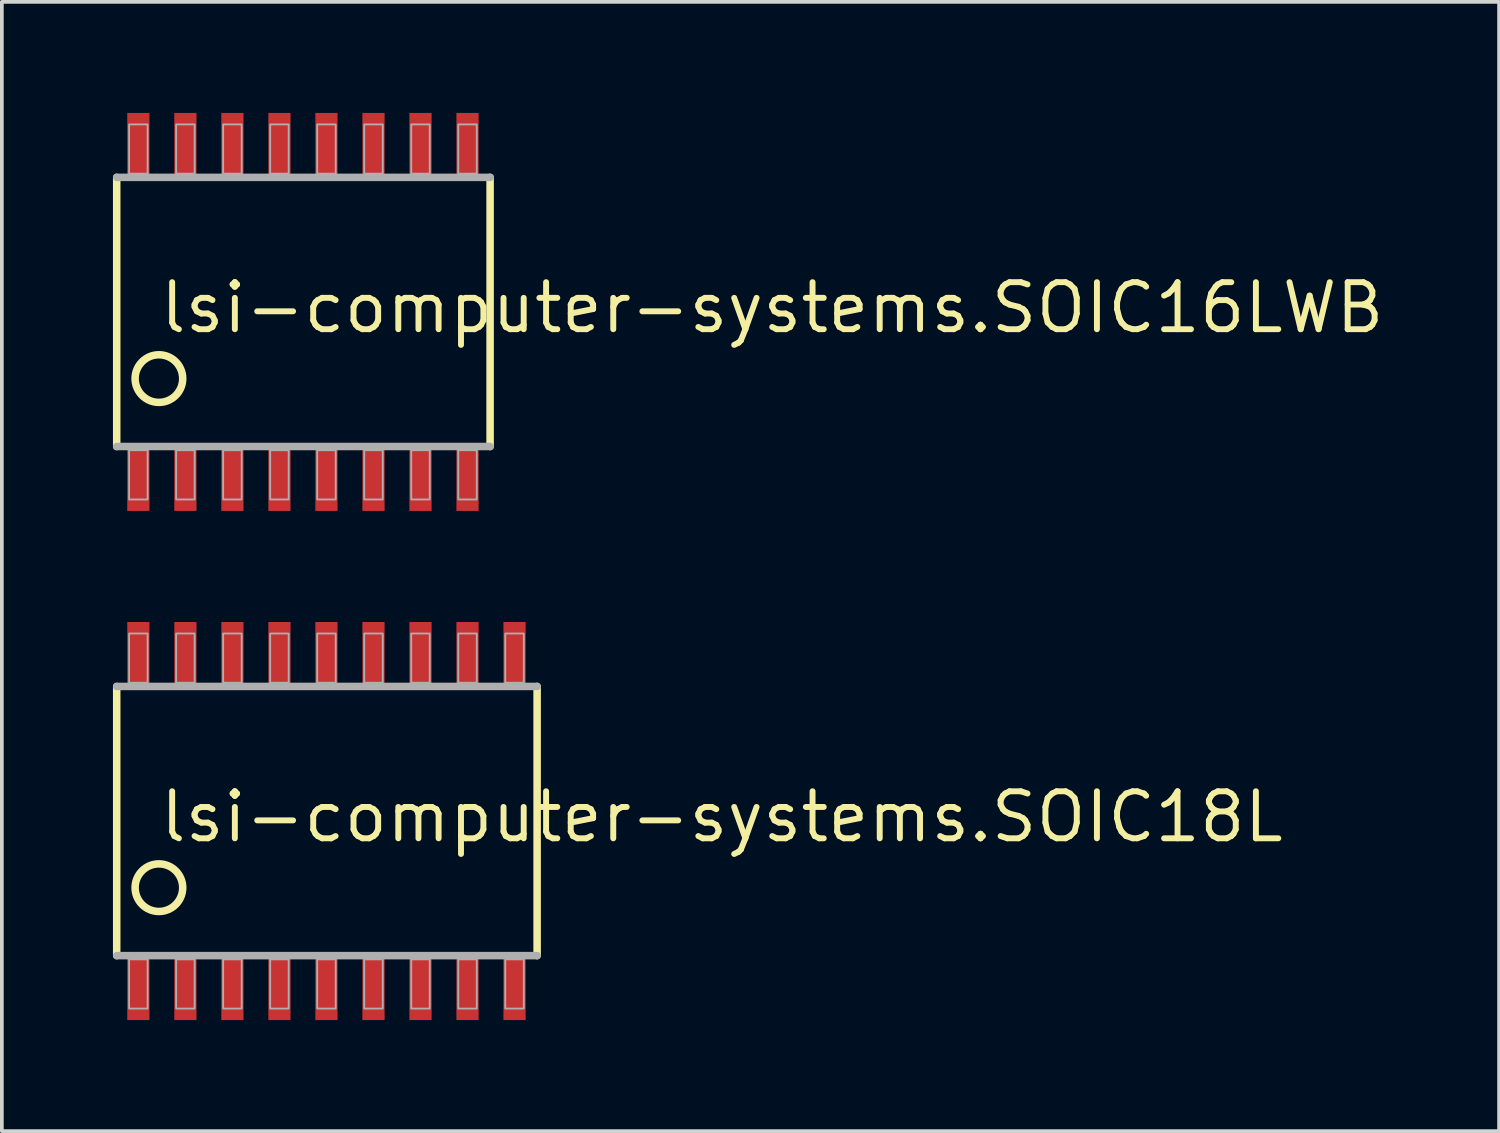
<source format=kicad_pcb>
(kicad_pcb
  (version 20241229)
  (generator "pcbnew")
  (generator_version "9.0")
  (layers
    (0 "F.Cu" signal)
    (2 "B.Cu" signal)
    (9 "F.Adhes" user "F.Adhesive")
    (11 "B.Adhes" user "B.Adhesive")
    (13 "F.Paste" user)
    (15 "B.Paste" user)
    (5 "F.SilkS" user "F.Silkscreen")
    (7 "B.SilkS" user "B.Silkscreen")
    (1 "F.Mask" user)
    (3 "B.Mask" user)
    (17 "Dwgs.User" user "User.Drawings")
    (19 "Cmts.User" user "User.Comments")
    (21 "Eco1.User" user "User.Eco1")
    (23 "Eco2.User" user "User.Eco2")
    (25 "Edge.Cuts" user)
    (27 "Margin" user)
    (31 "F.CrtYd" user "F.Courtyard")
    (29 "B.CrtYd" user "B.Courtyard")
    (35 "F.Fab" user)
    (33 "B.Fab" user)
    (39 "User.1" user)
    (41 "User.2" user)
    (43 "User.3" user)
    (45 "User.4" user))
  (footprint "lsi-computer-systems.SOIC16LWB"
    (layer "F.Cu")
    (at 5.132 5.375)
    (property "Reference" "lsi-computer-systems.SOIC16LWB" (at -3.94 0.63 0) (layer "F.SilkS") (effects (font (size 1.27 1.27) (thickness 0.16)) (justify left bottom)))
    (attr smd)
    (fp_line (start -5.03 3.635) (end -5.03 -3.635) (stroke (width 0.203) (type default)) (layer "F.SilkS"))
    (fp_line (start 5.055 -3.635) (end 5.055 3.635) (stroke (width 0.203) (type default)) (layer "F.SilkS"))
    (fp_circle (center -3.89 1.8) (end -3.247 1.8) (stroke (width 0.203) (type default)) (fill no) (layer "F.SilkS"))
    (fp_line (start -5.03 -3.635) (end 5.055 -3.635) (stroke (width 0.203) (type default)) (layer "F.Fab"))
    (fp_line (start 5.055 3.635) (end -5.03 3.635) (stroke (width 0.203) (type default)) (layer "F.Fab"))
    (fp_rect (start -4.695 -3.735) (end -4.195 -5.065) (stroke (width 0.05) (type default)) (fill no) (layer "F.Fab"))
    (fp_rect (start -4.695 5.065) (end -4.195 3.735) (stroke (width 0.05) (type default)) (fill no) (layer "F.Fab"))
    (fp_rect (start -3.425 -3.735) (end -2.925 -5.065) (stroke (width 0.05) (type default)) (fill no) (layer "F.Fab"))
    (fp_rect (start -3.425 5.065) (end -2.925 3.735) (stroke (width 0.05) (type default)) (fill no) (layer "F.Fab"))
    (fp_rect (start -2.155 -3.735) (end -1.655 -5.065) (stroke (width 0.05) (type default)) (fill no) (layer "F.Fab"))
    (fp_rect (start -2.155 5.065) (end -1.655 3.735) (stroke (width 0.05) (type default)) (fill no) (layer "F.Fab"))
    (fp_rect (start -0.885 -3.735) (end -0.385 -5.065) (stroke (width 0.05) (type default)) (fill no) (layer "F.Fab"))
    (fp_rect (start -0.885 5.065) (end -0.385 3.735) (stroke (width 0.05) (type default)) (fill no) (layer "F.Fab"))
    (fp_rect (start 0.385 -3.735) (end 0.885 -5.065) (stroke (width 0.05) (type default)) (fill no) (layer "F.Fab"))
    (fp_rect (start 0.385 5.065) (end 0.885 3.735) (stroke (width 0.05) (type default)) (fill no) (layer "F.Fab"))
    (fp_rect (start 1.655 -3.735) (end 2.155 -5.065) (stroke (width 0.05) (type default)) (fill no) (layer "F.Fab"))
    (fp_rect (start 1.655 5.065) (end 2.155 3.735) (stroke (width 0.05) (type default)) (fill no) (layer "F.Fab"))
    (fp_rect (start 2.925 -3.735) (end 3.425 -5.065) (stroke (width 0.05) (type default)) (fill no) (layer "F.Fab"))
    (fp_rect (start 2.925 5.065) (end 3.425 3.735) (stroke (width 0.05) (type default)) (fill no) (layer "F.Fab"))
    (fp_rect (start 4.195 -3.735) (end 4.695 -5.065) (stroke (width 0.05) (type default)) (fill no) (layer "F.Fab"))
    (fp_rect (start 4.195 5.065) (end 4.695 3.735) (stroke (width 0.05) (type default)) (fill no) (layer "F.Fab"))
    (pad "1" smd roundrect (at -4.445 4.475) (size 0.6 1.8) (layers "F.Cu" "F.Mask" "F.Paste") (roundrect_rratio 0.01))
    (pad "2" smd roundrect (at -3.175 4.475) (size 0.6 1.8) (layers "F.Cu" "F.Mask" "F.Paste") (roundrect_rratio 0.01))
    (pad "3" smd roundrect (at -1.905 4.475) (size 0.6 1.8) (layers "F.Cu" "F.Mask" "F.Paste") (roundrect_rratio 0.01))
    (pad "4" smd roundrect (at -0.635 4.475) (size 0.6 1.8) (layers "F.Cu" "F.Mask" "F.Paste") (roundrect_rratio 0.01))
    (pad "5" smd roundrect (at 0.635 4.475) (size 0.6 1.8) (layers "F.Cu" "F.Mask" "F.Paste") (roundrect_rratio 0.01))
    (pad "6" smd roundrect (at 1.905 4.475) (size 0.6 1.8) (layers "F.Cu" "F.Mask" "F.Paste") (roundrect_rratio 0.01))
    (pad "7" smd roundrect (at 3.175 4.475) (size 0.6 1.8) (layers "F.Cu" "F.Mask" "F.Paste") (roundrect_rratio 0.01))
    (pad "8" smd roundrect (at 4.445 4.475) (size 0.6 1.8) (layers "F.Cu" "F.Mask" "F.Paste") (roundrect_rratio 0.01))
    (pad "9" smd roundrect (at 4.445 -4.475 180) (size 0.6 1.8) (layers "F.Cu" "F.Mask" "F.Paste") (roundrect_rratio 0.01))
    (pad "10" smd roundrect (at 3.175 -4.475 180) (size 0.6 1.8) (layers "F.Cu" "F.Mask" "F.Paste") (roundrect_rratio 0.01))
    (pad "11" smd roundrect (at 1.905 -4.475 180) (size 0.6 1.8) (layers "F.Cu" "F.Mask" "F.Paste") (roundrect_rratio 0.01))
    (pad "12" smd roundrect (at 0.635 -4.475 180) (size 0.6 1.8) (layers "F.Cu" "F.Mask" "F.Paste") (roundrect_rratio 0.01))
    (pad "13" smd roundrect (at -0.635 -4.475 180) (size 0.6 1.8) (layers "F.Cu" "F.Mask" "F.Paste") (roundrect_rratio 0.01))
    (pad "14" smd roundrect (at -1.905 -4.475 180) (size 0.6 1.8) (layers "F.Cu" "F.Mask" "F.Paste") (roundrect_rratio 0.01))
    (pad "15" smd roundrect (at -3.175 -4.475) (size 0.6 1.8) (layers "F.Cu" "F.Mask" "F.Paste") (roundrect_rratio 0.01))
    (pad "16" smd roundrect (at -4.445 -4.475) (size 0.6 1.8) (layers "F.Cu" "F.Mask" "F.Paste") (roundrect_rratio 0.01)))
  (footprint "lsi-computer-systems.SOIC18L"
    (layer "F.Cu")
    (at 5.767 19.125)
    (property "Reference" "lsi-computer-systems.SOIC18L" (at -4.575 0.63 0) (layer "F.SilkS") (effects (font (size 1.27 1.27) (thickness 0.16)) (justify left bottom)))
    (attr smd)
    (fp_line (start -5.665 3.635) (end -5.665 -3.635) (stroke (width 0.203) (type default)) (layer "F.SilkS"))
    (fp_line (start 5.69 -3.635) (end 5.69 3.635) (stroke (width 0.203) (type default)) (layer "F.SilkS"))
    (fp_circle (center -4.525 1.8) (end -3.882 1.8) (stroke (width 0.203) (type default)) (fill no) (layer "F.SilkS"))
    (fp_line (start -5.665 -3.635) (end 5.69 -3.635) (stroke (width 0.203) (type default)) (layer "F.Fab"))
    (fp_line (start 5.69 3.635) (end -5.665 3.635) (stroke (width 0.203) (type default)) (layer "F.Fab"))
    (fp_rect (start -5.33 -3.735) (end -4.83 -5.065) (stroke (width 0.05) (type default)) (fill no) (layer "F.Fab"))
    (fp_rect (start -5.33 5.065) (end -4.83 3.735) (stroke (width 0.05) (type default)) (fill no) (layer "F.Fab"))
    (fp_rect (start -4.06 -3.735) (end -3.56 -5.065) (stroke (width 0.05) (type default)) (fill no) (layer "F.Fab"))
    (fp_rect (start -4.06 5.065) (end -3.56 3.735) (stroke (width 0.05) (type default)) (fill no) (layer "F.Fab"))
    (fp_rect (start -2.79 -3.735) (end -2.29 -5.065) (stroke (width 0.05) (type default)) (fill no) (layer "F.Fab"))
    (fp_rect (start -2.79 5.065) (end -2.29 3.735) (stroke (width 0.05) (type default)) (fill no) (layer "F.Fab"))
    (fp_rect (start -1.52 -3.735) (end -1.02 -5.065) (stroke (width 0.05) (type default)) (fill no) (layer "F.Fab"))
    (fp_rect (start -1.52 5.065) (end -1.02 3.735) (stroke (width 0.05) (type default)) (fill no) (layer "F.Fab"))
    (fp_rect (start -0.25 -3.735) (end 0.25 -5.065) (stroke (width 0.05) (type default)) (fill no) (layer "F.Fab"))
    (fp_rect (start -0.25 5.065) (end 0.25 3.735) (stroke (width 0.05) (type default)) (fill no) (layer "F.Fab"))
    (fp_rect (start 1.02 -3.735) (end 1.52 -5.065) (stroke (width 0.05) (type default)) (fill no) (layer "F.Fab"))
    (fp_rect (start 1.02 5.065) (end 1.52 3.735) (stroke (width 0.05) (type default)) (fill no) (layer "F.Fab"))
    (fp_rect (start 2.29 -3.735) (end 2.79 -5.065) (stroke (width 0.05) (type default)) (fill no) (layer "F.Fab"))
    (fp_rect (start 2.29 5.065) (end 2.79 3.735) (stroke (width 0.05) (type default)) (fill no) (layer "F.Fab"))
    (fp_rect (start 3.56 -3.735) (end 4.06 -5.065) (stroke (width 0.05) (type default)) (fill no) (layer "F.Fab"))
    (fp_rect (start 3.56 5.065) (end 4.06 3.735) (stroke (width 0.05) (type default)) (fill no) (layer "F.Fab"))
    (fp_rect (start 4.83 -3.735) (end 5.33 -5.065) (stroke (width 0.05) (type default)) (fill no) (layer "F.Fab"))
    (fp_rect (start 4.83 5.065) (end 5.33 3.735) (stroke (width 0.05) (type default)) (fill no) (layer "F.Fab"))
    (pad "1" smd roundrect (at -5.08 4.475) (size 0.6 1.8) (layers "F.Cu" "F.Mask" "F.Paste") (roundrect_rratio 0.01))
    (pad "2" smd roundrect (at -3.81 4.475) (size 0.6 1.8) (layers "F.Cu" "F.Mask" "F.Paste") (roundrect_rratio 0.01))
    (pad "3" smd roundrect (at -2.54 4.475) (size 0.6 1.8) (layers "F.Cu" "F.Mask" "F.Paste") (roundrect_rratio 0.01))
    (pad "4" smd roundrect (at -1.27 4.475) (size 0.6 1.8) (layers "F.Cu" "F.Mask" "F.Paste") (roundrect_rratio 0.01))
    (pad "5" smd roundrect (at 0 4.475) (size 0.6 1.8) (layers "F.Cu" "F.Mask" "F.Paste") (roundrect_rratio 0.01))
    (pad "6" smd roundrect (at 1.27 4.475) (size 0.6 1.8) (layers "F.Cu" "F.Mask" "F.Paste") (roundrect_rratio 0.01))
    (pad "7" smd roundrect (at 2.54 4.475) (size 0.6 1.8) (layers "F.Cu" "F.Mask" "F.Paste") (roundrect_rratio 0.01))
    (pad "8" smd roundrect (at 3.81 4.475) (size 0.6 1.8) (layers "F.Cu" "F.Mask" "F.Paste") (roundrect_rratio 0.01))
    (pad "9" smd roundrect (at 5.08 4.475) (size 0.6 1.8) (layers "F.Cu" "F.Mask" "F.Paste") (roundrect_rratio 0.01))
    (pad "10" smd roundrect (at 5.08 -4.475 180) (size 0.6 1.8) (layers "F.Cu" "F.Mask" "F.Paste") (roundrect_rratio 0.01))
    (pad "11" smd roundrect (at 3.81 -4.475 180) (size 0.6 1.8) (layers "F.Cu" "F.Mask" "F.Paste") (roundrect_rratio 0.01))
    (pad "12" smd roundrect (at 2.54 -4.475 180) (size 0.6 1.8) (layers "F.Cu" "F.Mask" "F.Paste") (roundrect_rratio 0.01))
    (pad "13" smd roundrect (at 1.27 -4.475 180) (size 0.6 1.8) (layers "F.Cu" "F.Mask" "F.Paste") (roundrect_rratio 0.01))
    (pad "14" smd roundrect (at 0 -4.475 180) (size 0.6 1.8) (layers "F.Cu" "F.Mask" "F.Paste") (roundrect_rratio 0.01))
    (pad "15" smd roundrect (at -1.27 -4.475) (size 0.6 1.8) (layers "F.Cu" "F.Mask" "F.Paste") (roundrect_rratio 0.01))
    (pad "16" smd roundrect (at -2.54 -4.475) (size 0.6 1.8) (layers "F.Cu" "F.Mask" "F.Paste") (roundrect_rratio 0.01))
    (pad "17" smd roundrect (at -3.81 -4.475) (size 0.6 1.8) (layers "F.Cu" "F.Mask" "F.Paste") (roundrect_rratio 0.01))
    (pad "18" smd roundrect (at -5.08 -4.475) (size 0.6 1.8) (layers "F.Cu" "F.Mask" "F.Paste") (roundrect_rratio 0.01)))
  (gr_rect
    (start -3 -3)
    (end 37.438 27.5)
    (stroke (width 0.1) (type default))
    (fill no)
    (layer "Edge.Cuts")))
</source>
